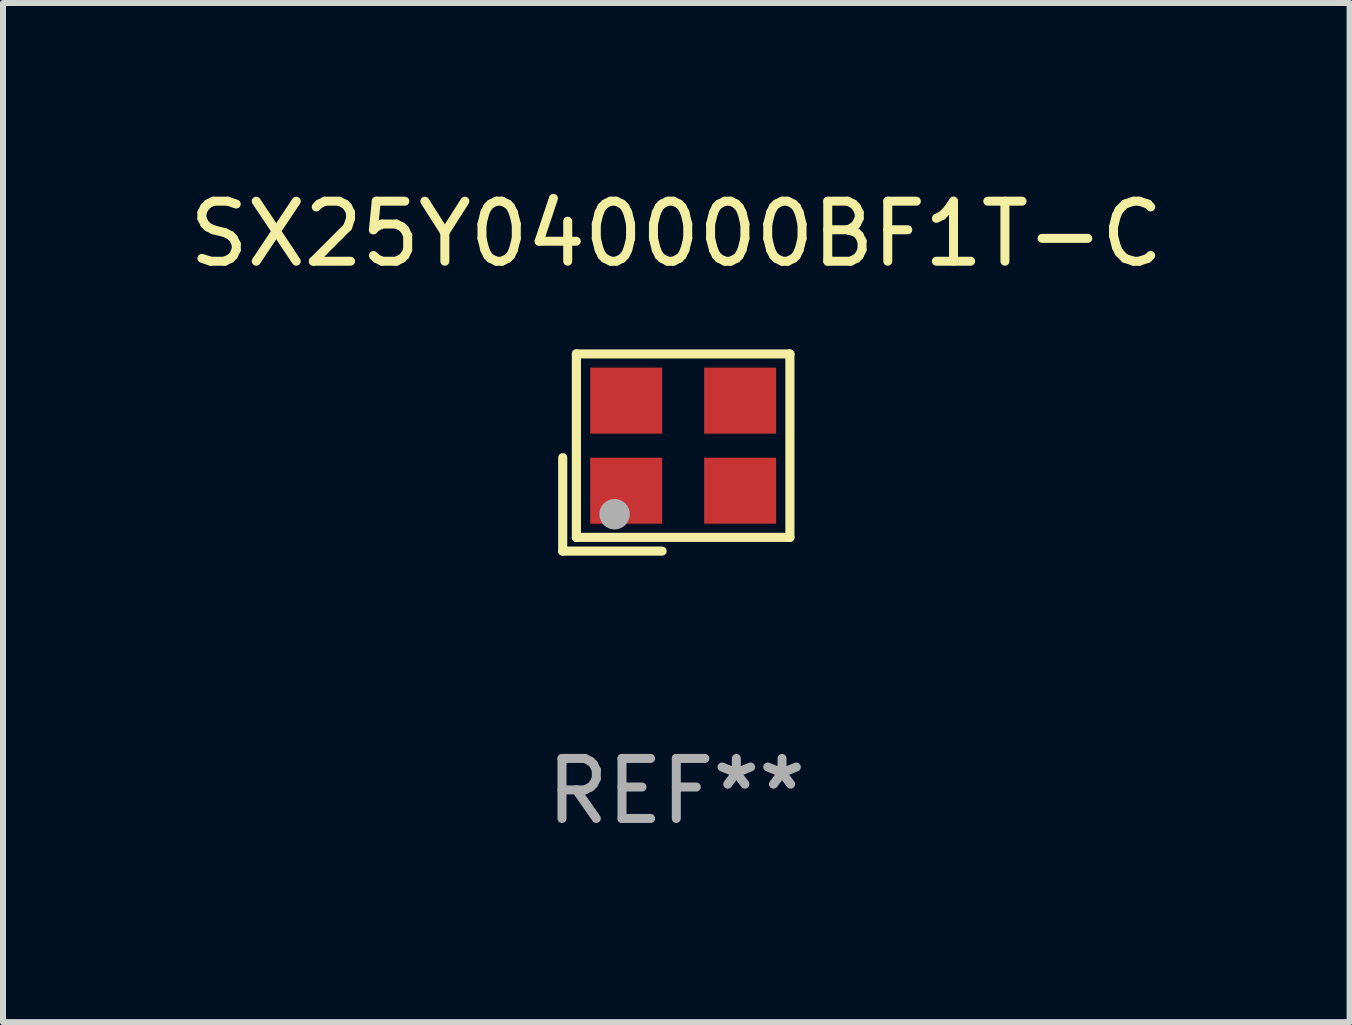
<source format=kicad_pcb>
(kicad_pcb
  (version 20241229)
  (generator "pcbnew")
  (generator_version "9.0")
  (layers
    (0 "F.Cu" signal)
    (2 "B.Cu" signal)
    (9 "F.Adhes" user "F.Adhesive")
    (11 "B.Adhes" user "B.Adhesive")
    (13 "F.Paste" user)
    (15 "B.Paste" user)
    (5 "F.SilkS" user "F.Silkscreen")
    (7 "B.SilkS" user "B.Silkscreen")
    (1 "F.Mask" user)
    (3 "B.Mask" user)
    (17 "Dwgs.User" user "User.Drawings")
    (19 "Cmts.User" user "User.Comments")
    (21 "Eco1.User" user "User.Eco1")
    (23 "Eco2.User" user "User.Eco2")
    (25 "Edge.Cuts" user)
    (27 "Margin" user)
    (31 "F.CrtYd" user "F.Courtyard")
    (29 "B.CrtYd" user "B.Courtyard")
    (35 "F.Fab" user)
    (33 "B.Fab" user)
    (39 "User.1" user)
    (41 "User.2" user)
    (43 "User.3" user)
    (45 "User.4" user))
  (footprint "SX25Y040000BF1T-C"
    (layer "F.Cu")
    (at 8.22 4.491)
    (property "Reference" "SX25Y040000BF1T-C" (at 0 -3.643 0) (layer "F.SilkS") (effects (font (size 1 1) (thickness 0.15))))
    (attr through_hole)
    (fp_line (start -1.893 0.086) (end -1.893 1.643) (stroke (width 0.152) (type solid)) (layer "F.SilkS"))
    (fp_line (start -1.893 1.643) (end -0.237 1.643) (stroke (width 0.152) (type solid)) (layer "F.SilkS"))
    (fp_line (start -1.665 -1.643) (end 1.893 -1.643) (stroke (width 0.152) (type solid)) (layer "F.SilkS"))
    (fp_line (start -1.665 1.414) (end -1.665 -1.643) (stroke (width 0.152) (type solid)) (layer "F.SilkS"))
    (fp_line (start 1.893 -1.643) (end 1.893 1.414) (stroke (width 0.152) (type solid)) (layer "F.SilkS"))
    (fp_line (start 1.893 1.414) (end -1.665 1.414) (stroke (width 0.152) (type solid)) (layer "F.SilkS"))
    (fp_circle (center -1.136 0.885) (end -1.106 0.885) (stroke (width 0.06) (type solid)) (fill no) (layer "F.SilkS"))
    (fp_circle (center -1.029 1.028) (end -0.902 1.028) (stroke (width 0.254) (type solid)) (fill no) (layer "F.Fab"))
    (fp_text user "REF**" (at 0 5.643 0) (layer "F.Fab") (effects (font (size 1 1) (thickness 0.15))))
    (pad "1" smd rect (at -0.836 0.636) (size 1.2 1.1) (layers "F.Cu" "F.Mask" "F.Paste"))
    (pad "2" smd rect (at 1.064 0.636) (size 1.2 1.1) (layers "F.Cu" "F.Mask" "F.Paste"))
    (pad "3" smd rect (at 1.064 -0.865) (size 1.2 1.1) (layers "F.Cu" "F.Mask" "F.Paste"))
    (pad "4" smd rect (at -0.836 -0.865) (size 1.2 1.1) (layers "F.Cu" "F.Mask" "F.Paste")))
  (gr_rect
    (start -3 -3)
    (end 19.44 13.983)
    (stroke (width 0.1) (type default))
    (fill no)
    (layer "Edge.Cuts")))
</source>
